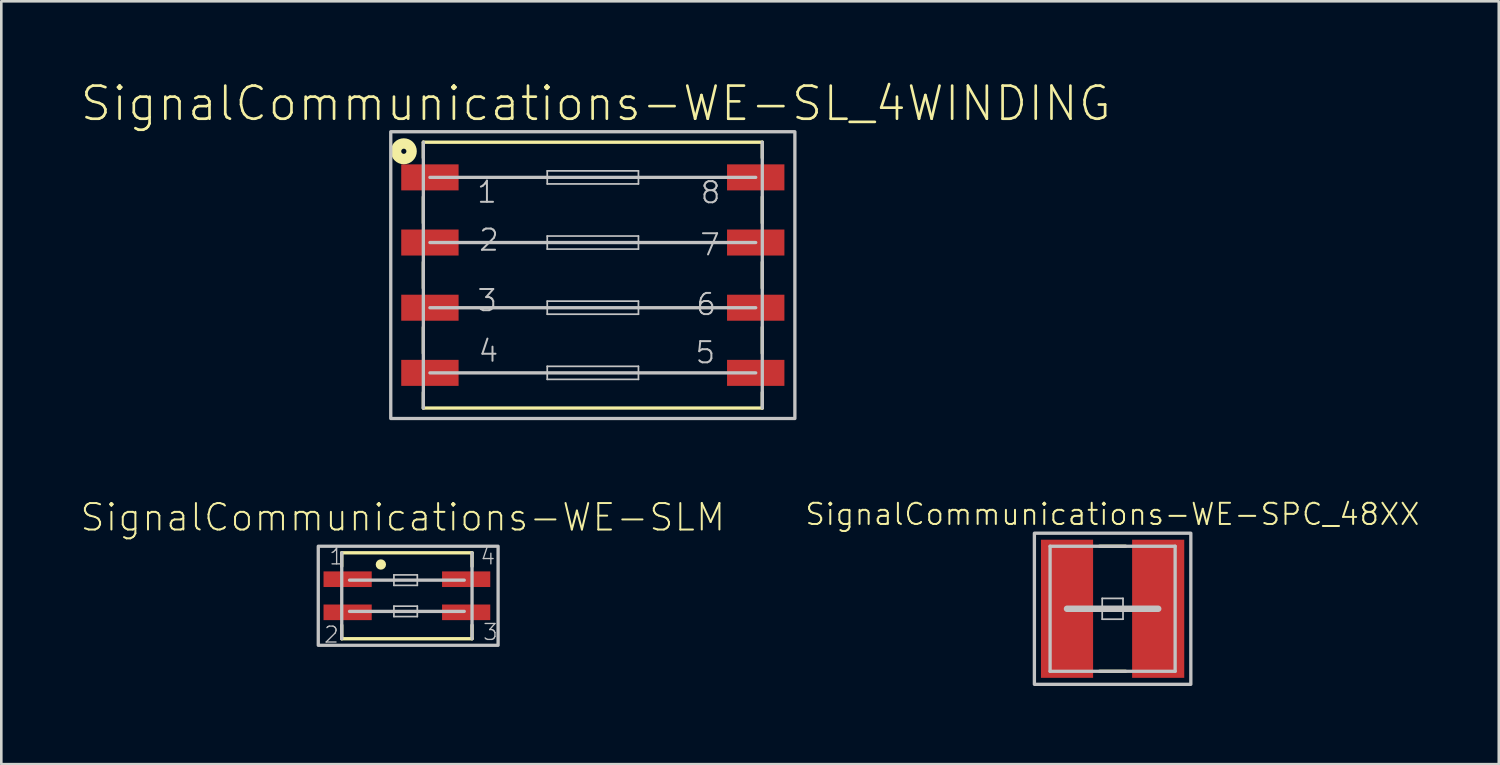
<source format=kicad_pcb>
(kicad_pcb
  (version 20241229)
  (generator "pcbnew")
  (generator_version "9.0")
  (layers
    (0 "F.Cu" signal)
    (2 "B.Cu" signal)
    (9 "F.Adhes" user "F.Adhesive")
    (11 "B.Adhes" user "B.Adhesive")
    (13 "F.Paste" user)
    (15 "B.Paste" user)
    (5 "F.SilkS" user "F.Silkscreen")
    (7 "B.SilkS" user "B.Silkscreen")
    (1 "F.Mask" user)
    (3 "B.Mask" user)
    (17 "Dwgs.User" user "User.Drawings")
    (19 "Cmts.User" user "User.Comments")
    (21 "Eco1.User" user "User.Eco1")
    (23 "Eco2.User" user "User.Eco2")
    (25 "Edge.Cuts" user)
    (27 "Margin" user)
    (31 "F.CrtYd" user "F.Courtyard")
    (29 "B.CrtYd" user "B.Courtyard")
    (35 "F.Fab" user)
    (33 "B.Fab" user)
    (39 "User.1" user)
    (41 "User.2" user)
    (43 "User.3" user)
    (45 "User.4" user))
  (footprint "SignalCommunications-WE-SL_4WINDING"
    (layer "F.Cu")
    (at 19.687 7.502)
    (property "Reference" "SignalCommunications-WE-SL_4WINDING" (at 0.114 -6.581 0) (layer "F.SilkS") (effects (font (size 1.27 1.27) (thickness 0.102))))
    (attr smd)
    (fp_line (start -6.5 -5.098) (end 6.5 -5.098) (stroke (width 0.127) (type solid)) (layer "F.SilkS"))
    (fp_line (start -6.5 -4.498) (end -6.5 -5.098) (stroke (width 0.127) (type solid)) (layer "F.SilkS"))
    (fp_line (start -6.5 -1.999) (end -6.5 -3) (stroke (width 0.127) (type solid)) (layer "F.SilkS"))
    (fp_line (start -6.5 -0.498) (end -6.5 0.498) (stroke (width 0.127) (type solid)) (layer "F.SilkS"))
    (fp_line (start -6.5 1.999) (end -6.5 3) (stroke (width 0.127) (type solid)) (layer "F.SilkS"))
    (fp_line (start -6.5 4.498) (end -6.5 5.098) (stroke (width 0.127) (type solid)) (layer "F.SilkS"))
    (fp_line (start 6.5 -4.498) (end 6.5 -5.098) (stroke (width 0.127) (type solid)) (layer "F.SilkS"))
    (fp_line (start 6.5 -3) (end 6.5 -1.999) (stroke (width 0.127) (type solid)) (layer "F.SilkS"))
    (fp_line (start 6.5 -0.498) (end 6.5 0.498) (stroke (width 0.127) (type solid)) (layer "F.SilkS"))
    (fp_line (start 6.5 1.999) (end 6.5 3) (stroke (width 0.127) (type solid)) (layer "F.SilkS"))
    (fp_line (start 6.5 4.498) (end 6.5 5.098) (stroke (width 0.127) (type solid)) (layer "F.SilkS"))
    (fp_line (start 6.5 5.098) (end -6.5 5.098) (stroke (width 0.127) (type solid)) (layer "F.SilkS"))
    (fp_circle (center -7.249 -4.75) (end -7.249 -4.849) (stroke (width 0.399) (type solid)) (fill no) (layer "F.SilkS"))
    (fp_line (start -6.5 5.098) (end -6.5 -5.098) (stroke (width 0.127) (type solid)) (layer "Dwgs.User"))
    (fp_line (start -1.748 -3.998) (end 1.75 -3.998) (stroke (width 0.066) (type solid)) (layer "Dwgs.User"))
    (fp_line (start -1.748 -3.498) (end -1.748 -3.998) (stroke (width 0.066) (type solid)) (layer "Dwgs.User"))
    (fp_line (start -1.748 -3.498) (end 1.75 -3.498) (stroke (width 0.066) (type solid)) (layer "Dwgs.User"))
    (fp_line (start -1.748 -1.499) (end 1.75 -1.499) (stroke (width 0.066) (type solid)) (layer "Dwgs.User"))
    (fp_line (start -1.748 -0.998) (end -1.748 -1.499) (stroke (width 0.066) (type solid)) (layer "Dwgs.User"))
    (fp_line (start -1.748 -0.998) (end 1.75 -0.998) (stroke (width 0.066) (type solid)) (layer "Dwgs.User"))
    (fp_line (start -1.748 0.998) (end 1.75 0.998) (stroke (width 0.066) (type solid)) (layer "Dwgs.User"))
    (fp_line (start -1.748 1.499) (end -1.748 0.998) (stroke (width 0.066) (type solid)) (layer "Dwgs.User"))
    (fp_line (start -1.748 1.499) (end 1.75 1.499) (stroke (width 0.066) (type solid)) (layer "Dwgs.User"))
    (fp_line (start -1.748 3.498) (end 1.75 3.498) (stroke (width 0.066) (type solid)) (layer "Dwgs.User"))
    (fp_line (start -1.748 3.998) (end -1.748 3.498) (stroke (width 0.066) (type solid)) (layer "Dwgs.User"))
    (fp_line (start -1.748 3.998) (end 1.75 3.998) (stroke (width 0.066) (type solid)) (layer "Dwgs.User"))
    (fp_line (start 1.75 -3.498) (end 1.75 -3.998) (stroke (width 0.066) (type solid)) (layer "Dwgs.User"))
    (fp_line (start 1.75 -0.998) (end 1.75 -1.499) (stroke (width 0.066) (type solid)) (layer "Dwgs.User"))
    (fp_line (start 1.75 1.499) (end 1.75 0.998) (stroke (width 0.066) (type solid)) (layer "Dwgs.User"))
    (fp_line (start 1.75 3.998) (end 1.75 3.498) (stroke (width 0.066) (type solid)) (layer "Dwgs.User"))
    (fp_line (start 6.248 -3.749) (end -6.248 -3.749) (stroke (width 0.127) (type solid)) (layer "Dwgs.User"))
    (fp_line (start 6.248 -1.25) (end -6.248 -1.25) (stroke (width 0.127) (type solid)) (layer "Dwgs.User"))
    (fp_line (start 6.248 1.25) (end -6.248 1.25) (stroke (width 0.127) (type solid)) (layer "Dwgs.User"))
    (fp_line (start 6.248 3.749) (end -6.248 3.749) (stroke (width 0.127) (type solid)) (layer "Dwgs.User"))
    (fp_line (start 6.5 -5.098) (end 6.5 5.098) (stroke (width 0.127) (type solid)) (layer "Dwgs.User"))
    (fp_poly (pts (xy -7.75 -5.499) (xy 7.75 -5.499) (xy 7.75 5.499) (xy -7.75 5.499) (xy -7.75 -5.499)) (stroke (width 0.127) (type solid)) (fill no) (layer "Dwgs.User"))
    (fp_text user "6" (at 4.346 1.123 0) (layer "Dwgs.User") (effects (font (size 0.813 0.813) (thickness 0.076))))
    (fp_text user "7" (at 4.496 -1.166 0) (layer "Dwgs.User") (effects (font (size 0.813 0.813) (thickness 0.076))))
    (fp_text user "2" (at -3.983 -1.346 0) (layer "Dwgs.User") (effects (font (size 0.813 0.813) (thickness 0.076))))
    (fp_text user "5" (at 4.315 2.972 0) (layer "Dwgs.User") (effects (font (size 0.813 0.813) (thickness 0.076))))
    (fp_text user "8" (at 4.516 -3.165 0) (layer "Dwgs.User") (effects (font (size 0.813 0.813) (thickness 0.076))))
    (fp_text user "1" (at -4.061 -3.185 0) (layer "Dwgs.User") (effects (font (size 0.813 0.813) (thickness 0.076))))
    (fp_text user "4" (at -4.003 2.913 0) (layer "Dwgs.User") (effects (font (size 0.813 0.813) (thickness 0.076))))
    (fp_text user "3" (at -4.051 0.973 0) (layer "Dwgs.User") (effects (font (size 0.813 0.813) (thickness 0.076))))
    (pad "1" smd rect (at -6.248 -3.749 180) (size 2.2 0.998) (layers "F.Cu" "F.Mask" "F.Paste"))
    (pad "2" smd rect (at -6.248 -1.25 180) (size 2.2 0.998) (layers "F.Cu" "F.Mask" "F.Paste"))
    (pad "3" smd rect (at -6.248 1.25 180) (size 2.2 0.998) (layers "F.Cu" "F.Mask" "F.Paste"))
    (pad "4" smd rect (at -6.248 3.749 180) (size 2.2 0.998) (layers "F.Cu" "F.Mask" "F.Paste"))
    (pad "5" smd rect (at 6.248 3.749 180) (size 2.2 0.998) (layers "F.Cu" "F.Mask" "F.Paste"))
    (pad "6" smd rect (at 6.248 1.25 180) (size 2.2 0.998) (layers "F.Cu" "F.Mask" "F.Paste"))
    (pad "7" smd rect (at 6.248 -1.25 180) (size 2.2 0.998) (layers "F.Cu" "F.Mask" "F.Paste"))
    (pad "8" smd rect (at 6.248 -3.749 180) (size 2.2 0.998) (layers "F.Cu" "F.Mask" "F.Paste")))
  (footprint "SignalCommunications-WE-SPC_48XX"
    (layer "F.Cu")
    (at 39.623 20.299)
    (property "Reference" "SignalCommunications-WE-SPC_48XX" (at -0.008 -3.625 0) (layer "F.SilkS") (effects (font (size 0.813 0.813) (thickness 0.076))))
    (attr smd)
    (fp_line (start -0.498 -2.398) (end 0.498 -2.398) (stroke (width 0.127) (type solid)) (layer "F.SilkS"))
    (fp_line (start 0.498 2.398) (end -0.498 2.398) (stroke (width 0.127) (type solid)) (layer "F.SilkS"))
    (fp_line (start -2.398 -2.398) (end 2.398 -2.398) (stroke (width 0.127) (type solid)) (layer "Dwgs.User"))
    (fp_line (start -2.398 2.398) (end -2.398 -2.398) (stroke (width 0.127) (type solid)) (layer "Dwgs.User"))
    (fp_line (start -1.748 0) (end 1.748 0) (stroke (width 0.249) (type solid)) (layer "Dwgs.User"))
    (fp_line (start -0.399 -0.399) (end 0.399 -0.399) (stroke (width 0.066) (type solid)) (layer "Dwgs.User"))
    (fp_line (start -0.399 0.399) (end -0.399 -0.399) (stroke (width 0.066) (type solid)) (layer "Dwgs.User"))
    (fp_line (start -0.399 0.399) (end 0.399 0.399) (stroke (width 0.066) (type solid)) (layer "Dwgs.User"))
    (fp_line (start 0.399 0.399) (end 0.399 -0.399) (stroke (width 0.066) (type solid)) (layer "Dwgs.User"))
    (fp_line (start 2.398 -2.398) (end 2.398 2.398) (stroke (width 0.127) (type solid)) (layer "Dwgs.User"))
    (fp_line (start 2.398 2.398) (end -2.398 2.398) (stroke (width 0.127) (type solid)) (layer "Dwgs.User"))
    (fp_poly (pts (xy -3 -2.898) (xy 3 -2.898) (xy 3 2.898) (xy -3 2.898) (xy -3 -2.898)) (stroke (width 0.127) (type solid)) (fill no) (layer "Dwgs.User"))
    (pad "1" smd rect (at -1.748 0 90) (size 5.298 1.999) (layers "F.Cu" "F.Mask" "F.Paste"))
    (pad "2" smd rect (at 1.748 0 90) (size 5.298 1.999) (layers "F.Cu" "F.Mask" "F.Paste")))
  (footprint "SignalCommunications-WE-SLM"
    (layer "F.Cu")
    (at 12.556 19.8)
    (property "Reference" "SignalCommunications-WE-SLM" (at -0.157 -3.007 0) (layer "F.SilkS") (effects (font (size 1.016 1.016) (thickness 0.076))))
    (attr smd)
    (fp_line (start -2.499 -1.648) (end 2.499 -1.648) (stroke (width 0.127) (type solid)) (layer "F.SilkS"))
    (fp_line (start -2.499 -1.128) (end -2.499 -1.648) (stroke (width 0.127) (type solid)) (layer "F.SilkS"))
    (fp_line (start -2.499 1.128) (end -2.499 1.648) (stroke (width 0.127) (type solid)) (layer "F.SilkS"))
    (fp_line (start -2.499 1.648) (end 2.499 1.648) (stroke (width 0.127) (type solid)) (layer "F.SilkS"))
    (fp_line (start 2.499 -1.128) (end 2.499 -1.648) (stroke (width 0.127) (type solid)) (layer "F.SilkS"))
    (fp_line (start 2.499 1.128) (end 2.499 1.648) (stroke (width 0.127) (type solid)) (layer "F.SilkS"))
    (fp_circle (center -0.998 -1.199) (end -0.998 -1.298) (stroke (width 0.198) (type solid)) (fill no) (layer "F.SilkS"))
    (fp_line (start -2.499 -1.648) (end -2.499 1.648) (stroke (width 0.127) (type solid)) (layer "Dwgs.User"))
    (fp_line (start -2.2 -0.599) (end 2.2 -0.599) (stroke (width 0.127) (type solid)) (layer "Dwgs.User"))
    (fp_line (start -2.2 0.599) (end 2.2 0.599) (stroke (width 0.127) (type solid)) (layer "Dwgs.User"))
    (fp_line (start -0.498 -0.8) (end 0.399 -0.8) (stroke (width 0.066) (type solid)) (layer "Dwgs.User"))
    (fp_line (start -0.498 -0.399) (end -0.498 -0.8) (stroke (width 0.066) (type solid)) (layer "Dwgs.User"))
    (fp_line (start -0.498 -0.399) (end 0.399 -0.399) (stroke (width 0.066) (type solid)) (layer "Dwgs.User"))
    (fp_line (start -0.498 0.399) (end 0.399 0.399) (stroke (width 0.066) (type solid)) (layer "Dwgs.User"))
    (fp_line (start -0.498 0.798) (end -0.498 0.399) (stroke (width 0.066) (type solid)) (layer "Dwgs.User"))
    (fp_line (start -0.498 0.798) (end 0.399 0.798) (stroke (width 0.066) (type solid)) (layer "Dwgs.User"))
    (fp_line (start 0.399 -0.399) (end 0.399 -0.8) (stroke (width 0.066) (type solid)) (layer "Dwgs.User"))
    (fp_line (start 0.399 0.798) (end 0.399 0.399) (stroke (width 0.066) (type solid)) (layer "Dwgs.User"))
    (fp_line (start 2.499 -1.648) (end 2.499 1.648) (stroke (width 0.127) (type solid)) (layer "Dwgs.User"))
    (fp_poly (pts (xy -3.399 -1.9) (xy 3.498 -1.9) (xy 3.498 1.9) (xy -3.399 1.9) (xy -3.399 -1.9)) (stroke (width 0.127) (type solid)) (fill no) (layer "Dwgs.User"))
    (fp_text user "1" (at -2.695 -1.504 0) (layer "Dwgs.User") (effects (font (size 0.61 0.61) (thickness 0.051))))
    (fp_text user "3" (at 3.203 1.394 0) (layer "Dwgs.User") (effects (font (size 0.61 0.61) (thickness 0.051))))
    (fp_text user "2" (at -2.893 1.494 0) (layer "Dwgs.User") (effects (font (size 0.61 0.61) (thickness 0.051))))
    (fp_text user "4" (at 3.104 -1.504 0) (layer "Dwgs.User") (effects (font (size 0.61 0.61) (thickness 0.051))))
    (pad "1" smd rect (at -2.273 -0.635 90) (size 0.599 1.849) (layers "F.Cu" "F.Mask" "F.Paste"))
    (pad "2" smd rect (at -2.273 0.635 90) (size 0.599 1.849) (layers "F.Cu" "F.Mask" "F.Paste"))
    (pad "3" smd rect (at 2.273 0.635 90) (size 0.599 1.849) (layers "F.Cu" "F.Mask" "F.Paste"))
    (pad "4" smd rect (at 2.273 -0.635 90) (size 0.599 1.849) (layers "F.Cu" "F.Mask" "F.Paste")))
  (gr_rect
    (start -3 -3)
    (end 54.434 26.26)
    (stroke (width 0.1) (type default))
    (fill no)
    (layer "Edge.Cuts")))
</source>
